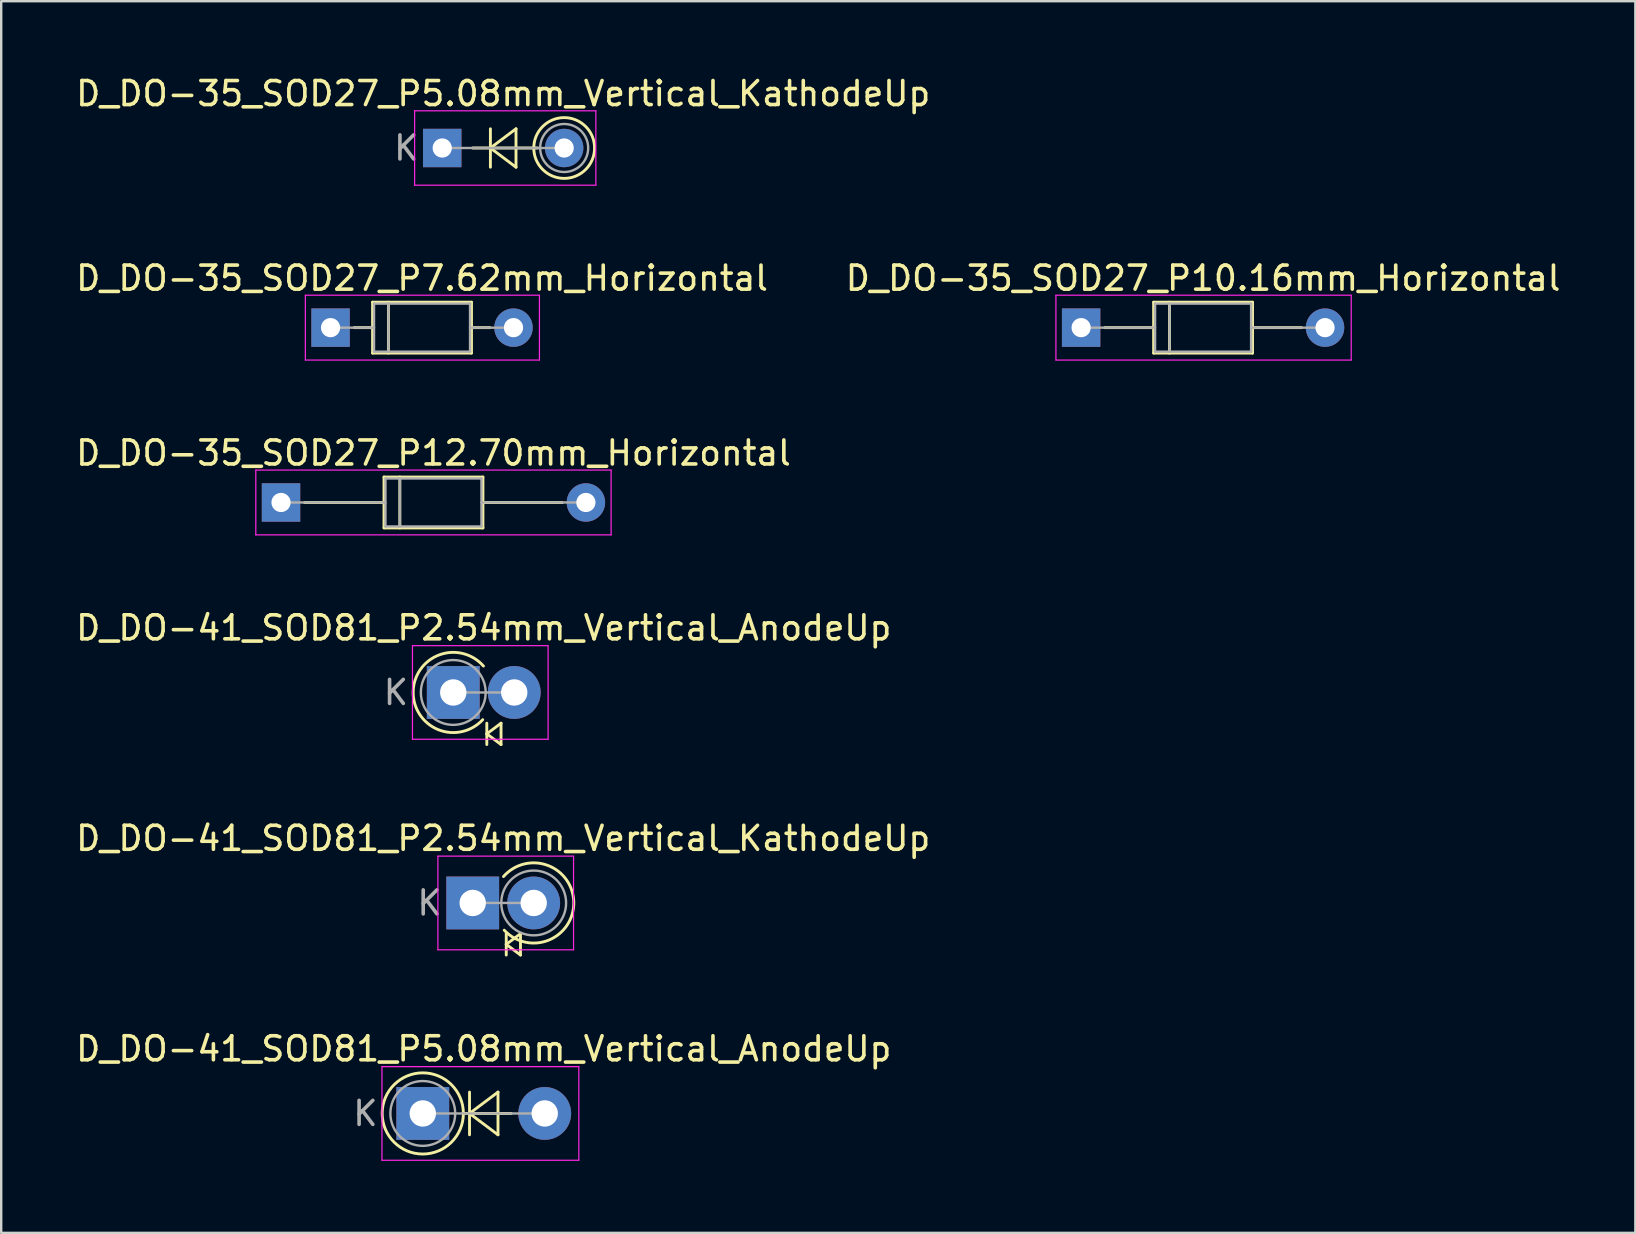
<source format=kicad_pcb>
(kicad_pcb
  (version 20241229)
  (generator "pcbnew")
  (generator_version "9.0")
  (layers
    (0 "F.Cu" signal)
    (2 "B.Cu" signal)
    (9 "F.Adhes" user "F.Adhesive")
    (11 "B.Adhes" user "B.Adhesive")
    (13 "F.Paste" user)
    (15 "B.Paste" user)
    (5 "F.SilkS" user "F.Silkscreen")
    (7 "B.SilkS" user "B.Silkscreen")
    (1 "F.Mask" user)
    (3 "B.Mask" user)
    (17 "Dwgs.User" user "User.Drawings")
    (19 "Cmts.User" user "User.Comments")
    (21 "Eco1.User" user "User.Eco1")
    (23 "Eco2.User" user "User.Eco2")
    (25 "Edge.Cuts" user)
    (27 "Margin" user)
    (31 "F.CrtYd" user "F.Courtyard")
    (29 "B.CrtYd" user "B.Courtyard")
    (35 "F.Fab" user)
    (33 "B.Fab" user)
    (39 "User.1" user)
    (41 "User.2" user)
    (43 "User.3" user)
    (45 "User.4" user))
  (footprint "D_DO-41_SOD81_P5.08mm_Vertical_AnodeUp"
    (layer "F.Cu")
    (at 14.561 43.331)
    (property "Reference" "D_DO-41_SOD81_P5.08mm_Vertical_AnodeUp" (at 2.54 -2.691 0) (layer "F.SilkS") (effects (font (size 1 1) (thickness 0.15))))
    (attr through_hole)
    (fp_line (start 1.691 0) (end 3.68 0) (stroke (width 0.12) (type solid)) (layer "F.SilkS"))
    (fp_line (start 1.947 -0.889) (end 1.947 0.889) (stroke (width 0.12) (type solid)) (layer "F.SilkS"))
    (fp_line (start 1.947 0) (end 3.133 -0.889) (stroke (width 0.12) (type solid)) (layer "F.SilkS"))
    (fp_line (start 3.133 -0.889) (end 3.133 0.889) (stroke (width 0.12) (type solid)) (layer "F.SilkS"))
    (fp_line (start 3.133 0.889) (end 1.947 0) (stroke (width 0.12) (type solid)) (layer "F.SilkS"))
    (fp_circle (center 0 0) (end 1.691 0) (stroke (width 0.12) (type solid)) (fill no) (layer "F.SilkS"))
    (fp_line (start -1.7 -1.95) (end -1.7 1.95) (stroke (width 0.05) (type solid)) (layer "F.CrtYd"))
    (fp_line (start -1.7 1.95) (end 6.5 1.95) (stroke (width 0.05) (type solid)) (layer "F.CrtYd"))
    (fp_line (start 6.5 -1.95) (end -1.7 -1.95) (stroke (width 0.05) (type solid)) (layer "F.CrtYd"))
    (fp_line (start 6.5 1.95) (end 6.5 -1.95) (stroke (width 0.05) (type solid)) (layer "F.CrtYd"))
    (fp_line (start 0 0) (end 5.08 0) (stroke (width 0.1) (type solid)) (layer "F.Fab"))
    (fp_circle (center 0 0) (end 1.35 0) (stroke (width 0.1) (type solid)) (fill no) (layer "F.Fab"))
    (fp_text user "K" (at -2.391 0 0) (layer "F.Fab") (effects (font (size 1 1) (thickness 0.15))))
    (pad "1" thru_hole rect (at 0 0) (size 2.2 2.2) (drill 1.1) (layers "*.Cu" "*.Mask"))
    (pad "2" thru_hole oval (at 5.08 0) (size 2.2 2.2) (drill 1.1) (layers "*.Cu" "*.Mask")))
  (footprint "D_DO-35_SOD27_P12.70mm_Horizontal"
    (layer "F.Cu")
    (at 8.656 17.881)
    (property "Reference" "D_DO-35_SOD27_P12.70mm_Horizontal" (at 6.35 -2.06 0) (layer "F.SilkS") (effects (font (size 1 1) (thickness 0.15))))
    (attr through_hole)
    (fp_line (start 0.98 0) (end 4.29 0) (stroke (width 0.12) (type solid)) (layer "F.SilkS"))
    (fp_line (start 4.29 -1.06) (end 4.29 1.06) (stroke (width 0.12) (type solid)) (layer "F.SilkS"))
    (fp_line (start 4.29 1.06) (end 8.41 1.06) (stroke (width 0.12) (type solid)) (layer "F.SilkS"))
    (fp_line (start 4.95 -1.06) (end 4.95 1.06) (stroke (width 0.12) (type solid)) (layer "F.SilkS"))
    (fp_line (start 8.41 -1.06) (end 4.29 -1.06) (stroke (width 0.12) (type solid)) (layer "F.SilkS"))
    (fp_line (start 8.41 1.06) (end 8.41 -1.06) (stroke (width 0.12) (type solid)) (layer "F.SilkS"))
    (fp_line (start 11.72 0) (end 8.41 0) (stroke (width 0.12) (type solid)) (layer "F.SilkS"))
    (fp_line (start -1.05 -1.35) (end -1.05 1.35) (stroke (width 0.05) (type solid)) (layer "F.CrtYd"))
    (fp_line (start -1.05 1.35) (end 13.75 1.35) (stroke (width 0.05) (type solid)) (layer "F.CrtYd"))
    (fp_line (start 13.75 -1.35) (end -1.05 -1.35) (stroke (width 0.05) (type solid)) (layer "F.CrtYd"))
    (fp_line (start 13.75 1.35) (end 13.75 -1.35) (stroke (width 0.05) (type solid)) (layer "F.CrtYd"))
    (fp_line (start 0 0) (end 4.35 0) (stroke (width 0.1) (type solid)) (layer "F.Fab"))
    (fp_line (start 4.35 -1) (end 4.35 1) (stroke (width 0.1) (type solid)) (layer "F.Fab"))
    (fp_line (start 4.35 1) (end 8.35 1) (stroke (width 0.1) (type solid)) (layer "F.Fab"))
    (fp_line (start 4.95 -1) (end 4.95 1) (stroke (width 0.1) (type solid)) (layer "F.Fab"))
    (fp_line (start 8.35 -1) (end 4.35 -1) (stroke (width 0.1) (type solid)) (layer "F.Fab"))
    (fp_line (start 8.35 1) (end 8.35 -1) (stroke (width 0.1) (type solid)) (layer "F.Fab"))
    (fp_line (start 12.7 0) (end 8.35 0) (stroke (width 0.1) (type solid)) (layer "F.Fab"))
    (pad "1" thru_hole rect (at 0 0) (size 1.6 1.6) (drill 0.8) (layers "*.Cu" "*.Mask"))
    (pad "2" thru_hole oval (at 12.7 0) (size 1.6 1.6) (drill 0.8) (layers "*.Cu" "*.Mask")))
  (footprint "D_DO-41_SOD81_P2.54mm_Vertical_KathodeUp"
    (layer "F.Cu")
    (at 16.641 34.563)
    (property "Reference" "D_DO-41_SOD81_P2.54mm_Vertical_KathodeUp" (at 1.27 -2.691 0) (layer "F.SilkS") (effects (font (size 1 1) (thickness 0.15))))
    (attr through_hole)
    (fp_line (start 1.397 1.28) (end 1.397 2.169) (stroke (width 0.12) (type solid)) (layer "F.SilkS"))
    (fp_line (start 1.397 1.724) (end 1.99 1.28) (stroke (width 0.12) (type solid)) (layer "F.SilkS"))
    (fp_line (start 1.99 1.28) (end 1.99 2.169) (stroke (width 0.12) (type solid)) (layer "F.SilkS"))
    (fp_line (start 1.99 2.169) (end 1.397 1.724) (stroke (width 0.12) (type solid)) (layer "F.SilkS"))
    (fp_arc (start 1.282484 -1.1) (mid 4.21058 -0.022525) (end 1.312599 1.133505) (stroke (width 0.12) (type solid)) (layer "F.SilkS"))
    (fp_line (start -1.45 -1.95) (end -1.45 1.95) (stroke (width 0.05) (type solid)) (layer "F.CrtYd"))
    (fp_line (start -1.45 1.95) (end 4.2 1.95) (stroke (width 0.05) (type solid)) (layer "F.CrtYd"))
    (fp_line (start 4.2 -1.95) (end -1.45 -1.95) (stroke (width 0.05) (type solid)) (layer "F.CrtYd"))
    (fp_line (start 4.2 1.95) (end 4.2 -1.95) (stroke (width 0.05) (type solid)) (layer "F.CrtYd"))
    (fp_line (start 0 0) (end 2.54 0) (stroke (width 0.1) (type solid)) (layer "F.Fab"))
    (fp_circle (center 2.54 0) (end 3.89 0) (stroke (width 0.1) (type solid)) (fill no) (layer "F.Fab"))
    (fp_text user "K" (at -1.8 0 0) (layer "F.Fab") (effects (font (size 1 1) (thickness 0.15))))
    (pad "1" thru_hole rect (at 0 0) (size 2.2 2.2) (drill 1.1) (layers "*.Cu" "*.Mask"))
    (pad "2" thru_hole oval (at 2.54 0) (size 2.2 2.2) (drill 1.1) (layers "*.Cu" "*.Mask")))
  (footprint "D_DO-41_SOD81_P2.54mm_Vertical_AnodeUp"
    (layer "F.Cu")
    (at 15.831 25.795)
    (property "Reference" "D_DO-41_SOD81_P2.54mm_Vertical_AnodeUp" (at 1.27 -2.691 0) (layer "F.SilkS") (effects (font (size 1 1) (thickness 0.15))))
    (attr through_hole)
    (fp_line (start 1.397 1.28) (end 1.397 2.169) (stroke (width 0.12) (type solid)) (layer "F.SilkS"))
    (fp_line (start 1.397 1.724) (end 1.99 1.28) (stroke (width 0.12) (type solid)) (layer "F.SilkS"))
    (fp_line (start 1.99 1.28) (end 1.99 2.169) (stroke (width 0.12) (type solid)) (layer "F.SilkS"))
    (fp_line (start 1.99 2.169) (end 1.397 1.724) (stroke (width 0.12) (type solid)) (layer "F.SilkS"))
    (fp_arc (start 1.227401 1.133505) (mid -1.670581 -0.022525) (end 1.257516 -1.1) (stroke (width 0.12) (type solid)) (layer "F.SilkS"))
    (fp_line (start -1.7 -1.95) (end -1.7 1.95) (stroke (width 0.05) (type solid)) (layer "F.CrtYd"))
    (fp_line (start -1.7 1.95) (end 3.95 1.95) (stroke (width 0.05) (type solid)) (layer "F.CrtYd"))
    (fp_line (start 3.95 -1.95) (end -1.7 -1.95) (stroke (width 0.05) (type solid)) (layer "F.CrtYd"))
    (fp_line (start 3.95 1.95) (end 3.95 -1.95) (stroke (width 0.05) (type solid)) (layer "F.CrtYd"))
    (fp_line (start 0 0) (end 2.54 0) (stroke (width 0.1) (type solid)) (layer "F.Fab"))
    (fp_circle (center 0 0) (end 1.35 0) (stroke (width 0.1) (type solid)) (fill no) (layer "F.Fab"))
    (fp_text user "K" (at -2.391 0 0) (layer "F.Fab") (effects (font (size 1 1) (thickness 0.15))))
    (pad "1" thru_hole rect (at 0 0) (size 2.2 2.2) (drill 1.1) (layers "*.Cu" "*.Mask"))
    (pad "2" thru_hole oval (at 2.54 0) (size 2.2 2.2) (drill 1.1) (layers "*.Cu" "*.Mask")))
  (footprint "D_DO-35_SOD27_P10.16mm_Horizontal"
    (layer "F.Cu")
    (at 41.985 10.598)
    (property "Reference" "D_DO-35_SOD27_P10.16mm_Horizontal" (at 5.08 -2.06 0) (layer "F.SilkS") (effects (font (size 1 1) (thickness 0.15))))
    (attr through_hole)
    (fp_line (start 0.98 0) (end 3.02 0) (stroke (width 0.12) (type solid)) (layer "F.SilkS"))
    (fp_line (start 3.02 -1.06) (end 3.02 1.06) (stroke (width 0.12) (type solid)) (layer "F.SilkS"))
    (fp_line (start 3.02 1.06) (end 7.14 1.06) (stroke (width 0.12) (type solid)) (layer "F.SilkS"))
    (fp_line (start 3.68 -1.06) (end 3.68 1.06) (stroke (width 0.12) (type solid)) (layer "F.SilkS"))
    (fp_line (start 7.14 -1.06) (end 3.02 -1.06) (stroke (width 0.12) (type solid)) (layer "F.SilkS"))
    (fp_line (start 7.14 1.06) (end 7.14 -1.06) (stroke (width 0.12) (type solid)) (layer "F.SilkS"))
    (fp_line (start 9.18 0) (end 7.14 0) (stroke (width 0.12) (type solid)) (layer "F.SilkS"))
    (fp_line (start -1.05 -1.35) (end -1.05 1.35) (stroke (width 0.05) (type solid)) (layer "F.CrtYd"))
    (fp_line (start -1.05 1.35) (end 11.25 1.35) (stroke (width 0.05) (type solid)) (layer "F.CrtYd"))
    (fp_line (start 11.25 -1.35) (end -1.05 -1.35) (stroke (width 0.05) (type solid)) (layer "F.CrtYd"))
    (fp_line (start 11.25 1.35) (end 11.25 -1.35) (stroke (width 0.05) (type solid)) (layer "F.CrtYd"))
    (fp_line (start 0 0) (end 3.08 0) (stroke (width 0.1) (type solid)) (layer "F.Fab"))
    (fp_line (start 3.08 -1) (end 3.08 1) (stroke (width 0.1) (type solid)) (layer "F.Fab"))
    (fp_line (start 3.08 1) (end 7.08 1) (stroke (width 0.1) (type solid)) (layer "F.Fab"))
    (fp_line (start 3.68 -1) (end 3.68 1) (stroke (width 0.1) (type solid)) (layer "F.Fab"))
    (fp_line (start 7.08 -1) (end 3.08 -1) (stroke (width 0.1) (type solid)) (layer "F.Fab"))
    (fp_line (start 7.08 1) (end 7.08 -1) (stroke (width 0.1) (type solid)) (layer "F.Fab"))
    (fp_line (start 10.16 0) (end 7.08 0) (stroke (width 0.1) (type solid)) (layer "F.Fab"))
    (pad "1" thru_hole rect (at 0 0) (size 1.6 1.6) (drill 0.8) (layers "*.Cu" "*.Mask"))
    (pad "2" thru_hole oval (at 10.16 0) (size 1.6 1.6) (drill 0.8) (layers "*.Cu" "*.Mask")))
  (footprint "D_DO-35_SOD27_P7.62mm_Horizontal"
    (layer "F.Cu")
    (at 10.72 10.598)
    (property "Reference" "D_DO-35_SOD27_P7.62mm_Horizontal" (at 3.81 -2.06 0) (layer "F.SilkS") (effects (font (size 1 1) (thickness 0.15))))
    (attr through_hole)
    (fp_line (start 0.98 0) (end 1.75 0) (stroke (width 0.12) (type solid)) (layer "F.SilkS"))
    (fp_line (start 1.75 -1.06) (end 1.75 1.06) (stroke (width 0.12) (type solid)) (layer "F.SilkS"))
    (fp_line (start 1.75 1.06) (end 5.87 1.06) (stroke (width 0.12) (type solid)) (layer "F.SilkS"))
    (fp_line (start 2.41 -1.06) (end 2.41 1.06) (stroke (width 0.12) (type solid)) (layer "F.SilkS"))
    (fp_line (start 5.87 -1.06) (end 1.75 -1.06) (stroke (width 0.12) (type solid)) (layer "F.SilkS"))
    (fp_line (start 5.87 1.06) (end 5.87 -1.06) (stroke (width 0.12) (type solid)) (layer "F.SilkS"))
    (fp_line (start 6.64 0) (end 5.87 0) (stroke (width 0.12) (type solid)) (layer "F.SilkS"))
    (fp_line (start -1.05 -1.35) (end -1.05 1.35) (stroke (width 0.05) (type solid)) (layer "F.CrtYd"))
    (fp_line (start -1.05 1.35) (end 8.7 1.35) (stroke (width 0.05) (type solid)) (layer "F.CrtYd"))
    (fp_line (start 8.7 -1.35) (end -1.05 -1.35) (stroke (width 0.05) (type solid)) (layer "F.CrtYd"))
    (fp_line (start 8.7 1.35) (end 8.7 -1.35) (stroke (width 0.05) (type solid)) (layer "F.CrtYd"))
    (fp_line (start 0 0) (end 1.81 0) (stroke (width 0.1) (type solid)) (layer "F.Fab"))
    (fp_line (start 1.81 -1) (end 1.81 1) (stroke (width 0.1) (type solid)) (layer "F.Fab"))
    (fp_line (start 1.81 1) (end 5.81 1) (stroke (width 0.1) (type solid)) (layer "F.Fab"))
    (fp_line (start 2.41 -1) (end 2.41 1) (stroke (width 0.1) (type solid)) (layer "F.Fab"))
    (fp_line (start 5.81 -1) (end 1.81 -1) (stroke (width 0.1) (type solid)) (layer "F.Fab"))
    (fp_line (start 5.81 1) (end 5.81 -1) (stroke (width 0.1) (type solid)) (layer "F.Fab"))
    (fp_line (start 7.62 0) (end 5.81 0) (stroke (width 0.1) (type solid)) (layer "F.Fab"))
    (pad "1" thru_hole rect (at 0 0) (size 1.6 1.6) (drill 0.8) (layers "*.Cu" "*.Mask"))
    (pad "2" thru_hole oval (at 7.62 0) (size 1.6 1.6) (drill 0.8) (layers "*.Cu" "*.Mask")))
  (footprint "D_DO-35_SOD27_P5.08mm_Vertical_KathodeUp"
    (layer "F.Cu")
    (at 15.371 3.115)
    (property "Reference" "D_DO-35_SOD27_P5.08mm_Vertical_KathodeUp" (at 2.54 -2.266 0) (layer "F.SilkS") (effects (font (size 1 1) (thickness 0.15))))
    (attr through_hole)
    (fp_line (start 1.266 0) (end 3.98 0) (stroke (width 0.12) (type solid)) (layer "F.SilkS"))
    (fp_line (start 2.007 -0.8) (end 2.007 0.8) (stroke (width 0.12) (type solid)) (layer "F.SilkS"))
    (fp_line (start 2.007 0) (end 3.073 -0.8) (stroke (width 0.12) (type solid)) (layer "F.SilkS"))
    (fp_line (start 3.073 -0.8) (end 3.073 0.8) (stroke (width 0.12) (type solid)) (layer "F.SilkS"))
    (fp_line (start 3.073 0.8) (end 2.007 0) (stroke (width 0.12) (type solid)) (layer "F.SilkS"))
    (fp_circle (center 5.08 0) (end 6.346 0) (stroke (width 0.12) (type solid)) (fill no) (layer "F.SilkS"))
    (fp_line (start -1.15 -1.55) (end -1.15 1.55) (stroke (width 0.05) (type solid)) (layer "F.CrtYd"))
    (fp_line (start -1.15 1.55) (end 6.4 1.55) (stroke (width 0.05) (type solid)) (layer "F.CrtYd"))
    (fp_line (start 6.4 -1.55) (end -1.15 -1.55) (stroke (width 0.05) (type solid)) (layer "F.CrtYd"))
    (fp_line (start 6.4 1.55) (end 6.4 -1.55) (stroke (width 0.05) (type solid)) (layer "F.CrtYd"))
    (fp_line (start 0 0) (end 5.08 0) (stroke (width 0.1) (type solid)) (layer "F.Fab"))
    (fp_circle (center 5.08 0) (end 6.08 0) (stroke (width 0.1) (type solid)) (fill no) (layer "F.Fab"))
    (fp_text user "K" (at -1.5 0 0) (layer "F.Fab") (effects (font (size 1 1) (thickness 0.15))))
    (pad "1" thru_hole rect (at 0 0) (size 1.6 1.6) (drill 0.8) (layers "*.Cu" "*.Mask"))
    (pad "2" thru_hole oval (at 5.08 0) (size 1.6 1.6) (drill 0.8) (layers "*.Cu" "*.Mask")))
  (gr_rect
    (start -3 -3)
    (end 65.071 48.306)
    (stroke (width 0.1) (type default))
    (fill no)
    (layer "Edge.Cuts")))
</source>
